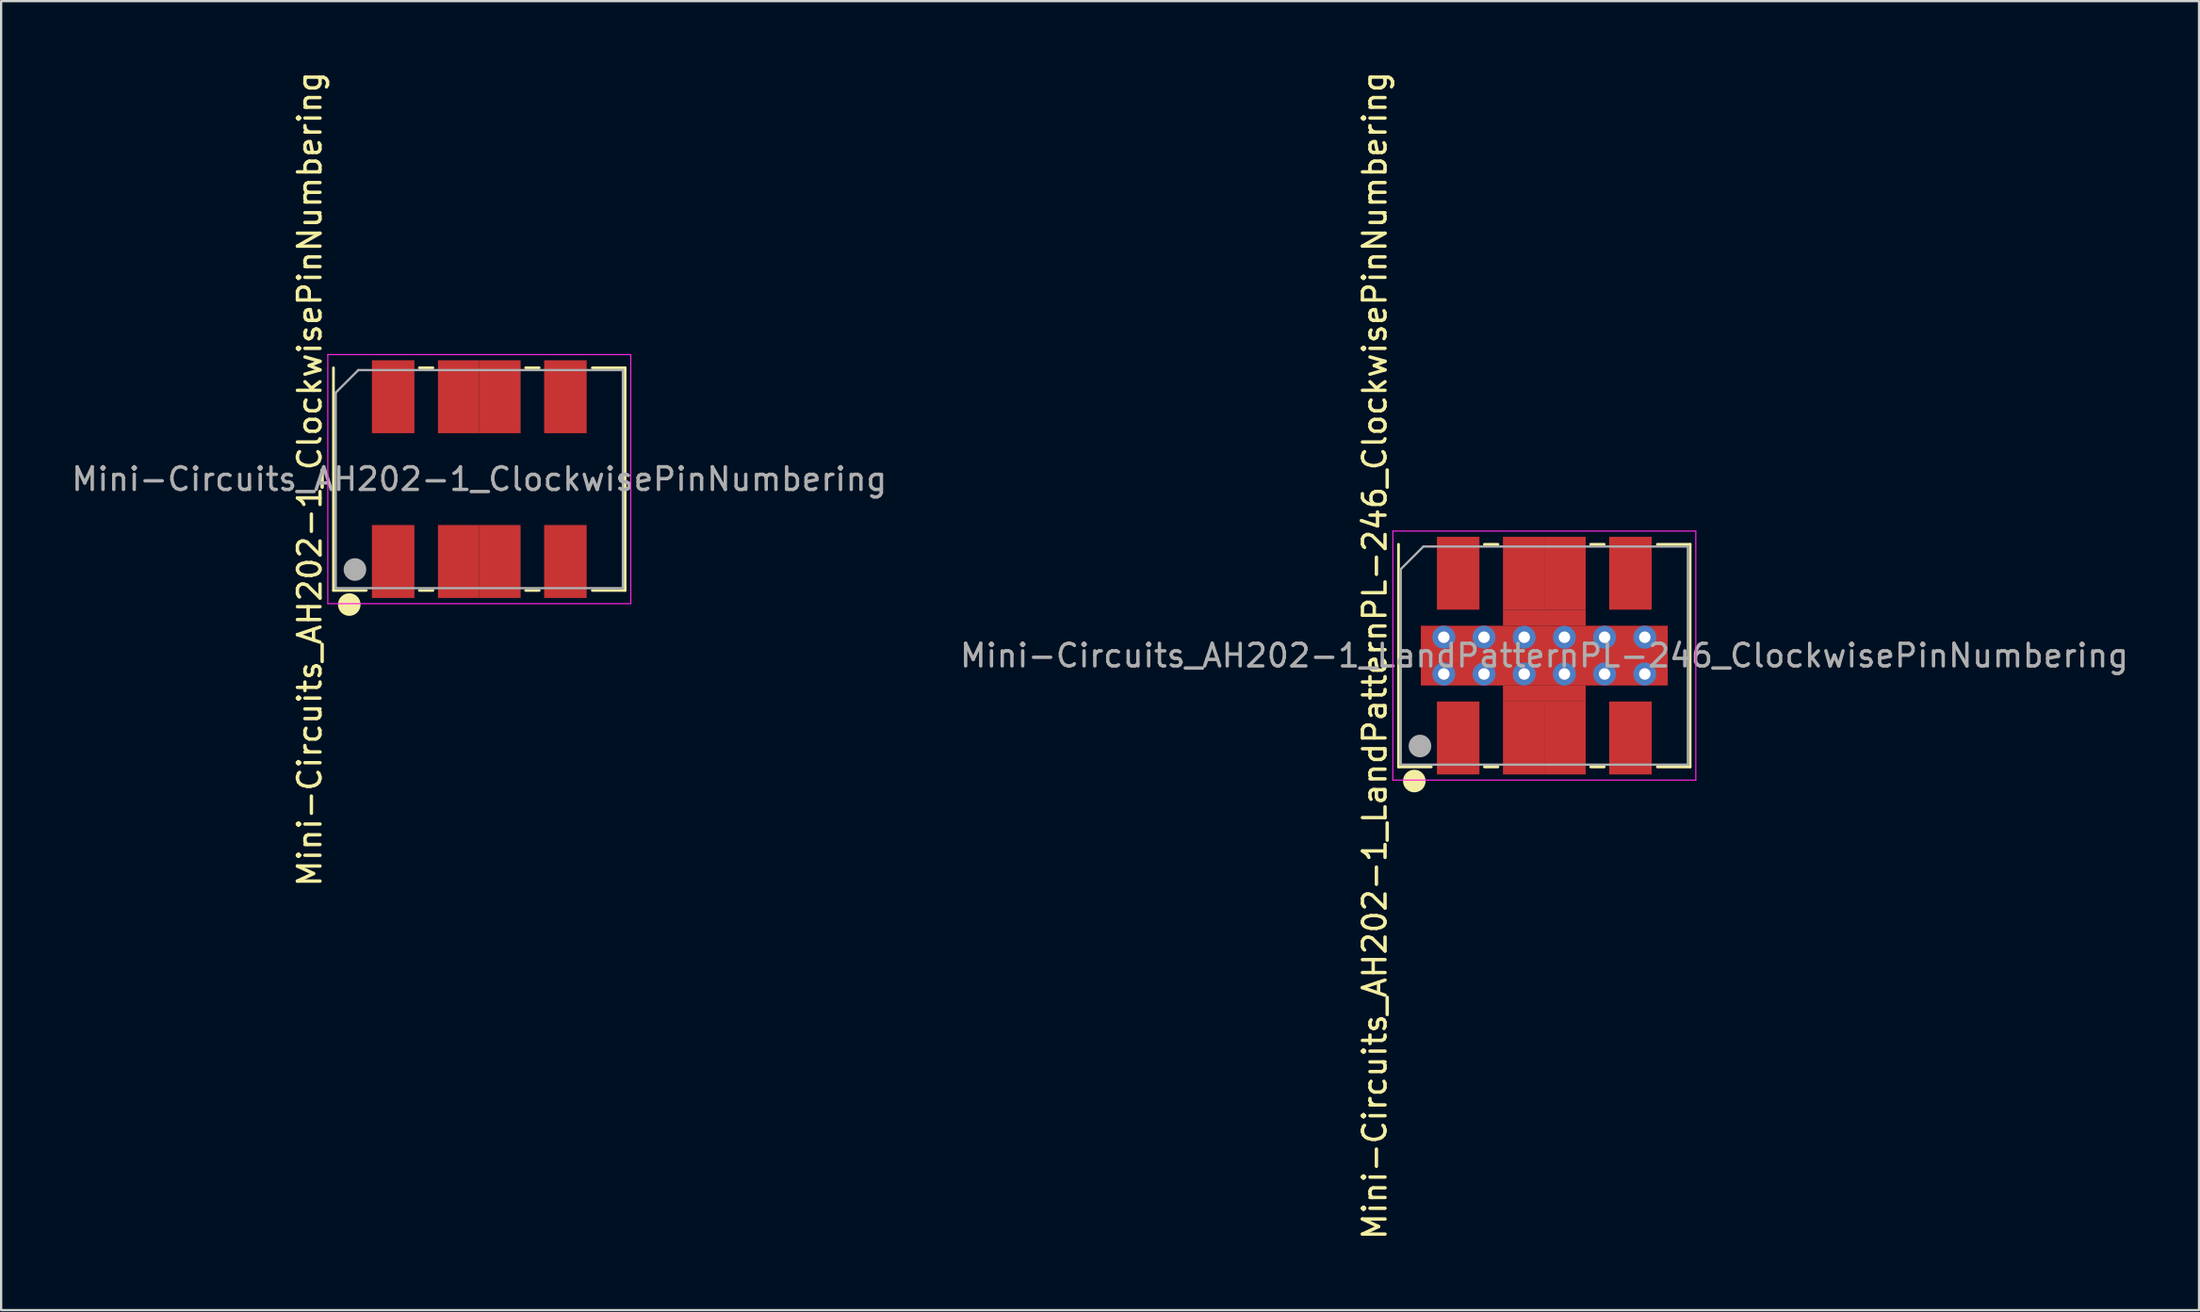
<source format=kicad_pcb>
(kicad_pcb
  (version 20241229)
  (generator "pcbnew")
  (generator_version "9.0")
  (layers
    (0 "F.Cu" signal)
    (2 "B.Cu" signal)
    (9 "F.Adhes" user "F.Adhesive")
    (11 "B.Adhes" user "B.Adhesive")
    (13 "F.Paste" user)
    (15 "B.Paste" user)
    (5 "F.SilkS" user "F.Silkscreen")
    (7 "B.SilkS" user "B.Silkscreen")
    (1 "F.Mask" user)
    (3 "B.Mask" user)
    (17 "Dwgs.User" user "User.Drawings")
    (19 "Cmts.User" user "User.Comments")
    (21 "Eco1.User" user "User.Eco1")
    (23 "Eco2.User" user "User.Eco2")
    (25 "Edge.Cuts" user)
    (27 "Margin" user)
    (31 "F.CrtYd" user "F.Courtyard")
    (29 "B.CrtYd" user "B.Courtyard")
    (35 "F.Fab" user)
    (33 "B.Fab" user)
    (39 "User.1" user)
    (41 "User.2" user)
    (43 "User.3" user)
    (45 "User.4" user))
  (footprint "Mini-Circuits_AH202-1_ClockwisePinNumbering"
    (layer "F.Cu")
    (at 18.149 18.149)
    (property "Reference" "Mini-Circuits_AH202-1_ClockwisePinNumbering" (at -7.5 0 90) (layer "F.SilkS") (effects (font (size 1 1) (thickness 0.15))))
    (attr smd)
    (fp_line (start -6.45 -4.925) (end -6.45 4.925) (stroke (width 0.12) (type solid)) (layer "F.SilkS"))
    (fp_line (start -6.45 4.925) (end -5 4.925) (stroke (width 0.12) (type solid)) (layer "F.SilkS"))
    (fp_line (start -2.65 -4.925) (end -2.05 -4.925) (stroke (width 0.12) (type solid)) (layer "F.SilkS"))
    (fp_line (start -2.65 4.925) (end -2.05 4.925) (stroke (width 0.12) (type solid)) (layer "F.SilkS"))
    (fp_line (start 2.65 -4.925) (end 2.05 -4.925) (stroke (width 0.12) (type solid)) (layer "F.SilkS"))
    (fp_line (start 2.65 4.925) (end 2.05 4.925) (stroke (width 0.12) (type solid)) (layer "F.SilkS"))
    (fp_line (start 6.45 -4.925) (end 5 -4.925) (stroke (width 0.12) (type solid)) (layer "F.SilkS"))
    (fp_line (start 6.45 4.925) (end 5 4.925) (stroke (width 0.12) (type solid)) (layer "F.SilkS"))
    (fp_line (start 6.45 4.925) (end 6.45 -4.925) (stroke (width 0.12) (type solid)) (layer "F.SilkS"))
    (fp_circle (center -5.75 5.55) (end -5.5 5.55) (stroke (width 0.5) (type solid)) (fill no) (layer "F.SilkS"))
    (fp_line (start -6.7 -5.51) (end -6.7 5.51) (stroke (width 0.05) (type solid)) (layer "F.CrtYd"))
    (fp_line (start -6.7 5.51) (end 6.7 5.51) (stroke (width 0.05) (type solid)) (layer "F.CrtYd"))
    (fp_line (start 6.7 -5.51) (end -6.7 -5.51) (stroke (width 0.05) (type solid)) (layer "F.CrtYd"))
    (fp_line (start 6.7 5.51) (end 6.7 -5.51) (stroke (width 0.05) (type solid)) (layer "F.CrtYd"))
    (fp_line (start -6.35 -3.825) (end -5.35 -4.825) (stroke (width 0.1) (type solid)) (layer "F.Fab"))
    (fp_line (start -6.35 4.825) (end -6.35 -3.825) (stroke (width 0.1) (type solid)) (layer "F.Fab"))
    (fp_line (start -5.35 -4.825) (end 6.35 -4.825) (stroke (width 0.1) (type solid)) (layer "F.Fab"))
    (fp_line (start 6.35 -4.825) (end 6.35 4.825) (stroke (width 0.1) (type solid)) (layer "F.Fab"))
    (fp_line (start 6.35 4.825) (end -6.35 4.825) (stroke (width 0.1) (type solid)) (layer "F.Fab"))
    (fp_circle (center -5.5 4) (end -5.25 4) (stroke (width 0.5) (type solid)) (fill no) (layer "F.Fab"))
    (fp_text user "${REFERENCE}" (at 0 0 0) (layer "F.Fab") (effects (font (size 1 1) (thickness 0.15))))
    (pad "1" smd rect (at -3.81 -3.645) (size 1.88 3.226) (layers "F.Cu" "F.Mask" "F.Paste"))
    (pad "2" smd rect (at -0.914 -3.645) (size 1.829 3.226) (layers "F.Cu" "F.Mask" "F.Paste"))
    (pad "3" smd rect (at 0.914 -3.645) (size 1.829 3.226) (layers "F.Cu" "F.Mask" "F.Paste"))
    (pad "4" smd rect (at 3.81 -3.645) (size 1.88 3.226) (layers "F.Cu" "F.Mask" "F.Paste"))
    (pad "5" smd rect (at 3.81 3.645) (size 1.88 3.226) (layers "F.Cu" "F.Mask" "F.Paste"))
    (pad "6" smd rect (at 0.914 3.645) (size 1.829 3.226) (layers "F.Cu" "F.Mask" "F.Paste"))
    (pad "7" smd rect (at -0.914 3.645) (size 1.829 3.226) (layers "F.Cu" "F.Mask" "F.Paste"))
    (pad "8" smd rect (at -3.81 3.645) (size 1.88 3.226) (layers "F.Cu" "F.Mask" "F.Paste")))
  (footprint "Mini-Circuits_AH202-1_LandPatternPL-246_ClockwisePinNumbering"
    (layer "F.Cu")
    (at 65.256 25.958)
    (property "Reference" "Mini-Circuits_AH202-1_LandPatternPL-246_ClockwisePinNumbering" (at -7.5 0 90) (layer "F.SilkS") (effects (font (size 1 1) (thickness 0.15))))
    (attr smd)
    (fp_line (start -6.45 -4.925) (end -6.45 4.925) (stroke (width 0.12) (type solid)) (layer "F.SilkS"))
    (fp_line (start -6.45 4.925) (end -5 4.925) (stroke (width 0.12) (type solid)) (layer "F.SilkS"))
    (fp_line (start -2.65 -4.925) (end -2.05 -4.925) (stroke (width 0.12) (type solid)) (layer "F.SilkS"))
    (fp_line (start -2.65 4.925) (end -2.05 4.925) (stroke (width 0.12) (type solid)) (layer "F.SilkS"))
    (fp_line (start 2.65 -4.925) (end 2.05 -4.925) (stroke (width 0.12) (type solid)) (layer "F.SilkS"))
    (fp_line (start 2.65 4.925) (end 2.05 4.925) (stroke (width 0.12) (type solid)) (layer "F.SilkS"))
    (fp_line (start 6.45 -4.925) (end 5 -4.925) (stroke (width 0.12) (type solid)) (layer "F.SilkS"))
    (fp_line (start 6.45 4.925) (end 5 4.925) (stroke (width 0.12) (type solid)) (layer "F.SilkS"))
    (fp_line (start 6.45 4.925) (end 6.45 -4.925) (stroke (width 0.12) (type solid)) (layer "F.SilkS"))
    (fp_circle (center -5.75 5.55) (end -5.5 5.55) (stroke (width 0.5) (type solid)) (fill no) (layer "F.SilkS"))
    (fp_line (start -6.7 -5.51) (end -6.7 5.51) (stroke (width 0.05) (type solid)) (layer "F.CrtYd"))
    (fp_line (start -6.7 5.51) (end 6.7 5.51) (stroke (width 0.05) (type solid)) (layer "F.CrtYd"))
    (fp_line (start 6.7 -5.51) (end -6.7 -5.51) (stroke (width 0.05) (type solid)) (layer "F.CrtYd"))
    (fp_line (start 6.7 5.51) (end 6.7 -5.51) (stroke (width 0.05) (type solid)) (layer "F.CrtYd"))
    (fp_line (start -6.35 -3.825) (end -5.35 -4.825) (stroke (width 0.1) (type solid)) (layer "F.Fab"))
    (fp_line (start -6.35 4.825) (end -6.35 -3.825) (stroke (width 0.1) (type solid)) (layer "F.Fab"))
    (fp_line (start -5.35 -4.825) (end 6.35 -4.825) (stroke (width 0.1) (type solid)) (layer "F.Fab"))
    (fp_line (start 6.35 -4.825) (end 6.35 4.825) (stroke (width 0.1) (type solid)) (layer "F.Fab"))
    (fp_line (start 6.35 4.825) (end -6.35 4.825) (stroke (width 0.1) (type solid)) (layer "F.Fab"))
    (fp_circle (center -5.5 4) (end -5.25 4) (stroke (width 0.5) (type solid)) (fill no) (layer "F.Fab"))
    (fp_text user "${REFERENCE}" (at 0 0 0) (layer "F.Fab") (effects (font (size 1 1) (thickness 0.15))))
    (pad "" smd rect (at -5.334 0) (size 0.635 2.54) (drill (offset 0.318 0)) (layers "F.Paste"))
    (pad "" smd rect (at -3.556 0) (size 1.27 2.54) (layers "F.Paste"))
    (pad "" smd rect (at -1.778 0) (size 1.27 2.54) (layers "F.Paste"))
    (pad "" smd rect (at -0.914 -4.445) (size 1.524 1.524) (layers "F.Paste"))
    (pad "" smd rect (at -0.914 -2.477) (size 1.524 1.524) (layers "F.Paste"))
    (pad "" smd rect (at -0.914 2.477 180) (size 1.524 1.524) (layers "F.Paste"))
    (pad "" smd rect (at -0.914 4.445 180) (size 1.524 1.524) (layers "F.Paste"))
    (pad "" smd rect (at 0 0) (size 1.27 2.54) (layers "F.Paste"))
    (pad "" smd rect (at 0.914 -4.445) (size 1.524 1.524) (layers "F.Paste"))
    (pad "" smd rect (at 0.914 -2.477) (size 1.524 1.524) (layers "F.Paste"))
    (pad "" smd rect (at 0.914 2.477 180) (size 1.524 1.524) (layers "F.Paste"))
    (pad "" smd rect (at 0.914 4.445 180) (size 1.524 1.524) (layers "F.Paste"))
    (pad "" smd rect (at 1.778 0) (size 1.27 2.54) (layers "F.Paste"))
    (pad "" smd rect (at 3.556 0) (size 1.27 2.54) (layers "F.Paste"))
    (pad "" smd rect (at 5.334 0) (size 0.635 2.54) (drill (offset -0.318 0)) (layers "F.Paste"))
    (pad "1" smd rect (at -3.81 -3.645) (size 1.88 3.226) (layers "F.Cu" "F.Mask" "F.Paste"))
    (pad "2" thru_hole circle (at -4.445 -0.813) (size 1.016 1.016) (drill 0.508) (layers "*.Cu" "*.Mask"))
    (pad "2" thru_hole circle (at -4.445 0.813) (size 1.016 1.016) (drill 0.508) (layers "*.Cu" "*.Mask"))
    (pad "2" thru_hole circle (at -2.667 -0.813) (size 1.016 1.016) (drill 0.508) (layers "*.Cu" "*.Mask"))
    (pad "2" thru_hole circle (at -2.667 0.813) (size 1.016 1.016) (drill 0.508) (layers "*.Cu" "*.Mask"))
    (pad "2" smd rect (at -0.914 -3.645) (size 1.829 3.226) (layers "F.Cu" "F.Mask"))
    (pad "2" thru_hole circle (at -0.889 -0.813) (size 1.016 1.016) (drill 0.508) (layers "*.Cu" "*.Mask"))
    (pad "2" thru_hole circle (at -0.889 0.813) (size 1.016 1.016) (drill 0.508) (layers "*.Cu" "*.Mask"))
    (pad "2" smd rect (at 0 -1.676) (size 3.658 0.711) (layers "F.Cu" "F.Mask"))
    (pad "2" smd rect (at 0 0) (size 10.922 2.642) (layers "F.Cu" "F.Mask"))
    (pad "2" smd rect (at 0 1.676) (size 3.658 0.711) (layers "F.Cu" "F.Mask"))
    (pad "2" thru_hole circle (at 0.889 -0.813) (size 1.016 1.016) (drill 0.508) (layers "*.Cu" "*.Mask"))
    (pad "2" thru_hole circle (at 0.889 0.813) (size 1.016 1.016) (drill 0.508) (layers "*.Cu" "*.Mask"))
    (pad "2" thru_hole circle (at 2.667 -0.813) (size 1.016 1.016) (drill 0.508) (layers "*.Cu" "*.Mask"))
    (pad "2" thru_hole circle (at 2.667 0.813) (size 1.016 1.016) (drill 0.508) (layers "*.Cu" "*.Mask"))
    (pad "2" thru_hole circle (at 4.445 -0.813) (size 1.016 1.016) (drill 0.508) (layers "*.Cu" "*.Mask"))
    (pad "2" thru_hole circle (at 4.445 0.813) (size 1.016 1.016) (drill 0.508) (layers "*.Cu" "*.Mask"))
    (pad "3" smd rect (at 0.914 -3.645) (size 1.829 3.226) (layers "F.Cu" "F.Mask"))
    (pad "4" smd rect (at 3.81 -3.645) (size 1.88 3.226) (layers "F.Cu" "F.Mask" "F.Paste"))
    (pad "5" smd rect (at 3.81 3.645) (size 1.88 3.226) (layers "F.Cu" "F.Mask" "F.Paste"))
    (pad "6" smd rect (at 0.914 3.645) (size 1.829 3.226) (layers "F.Cu" "F.Mask"))
    (pad "7" smd rect (at -0.914 3.645) (size 1.829 3.226) (layers "F.Cu" "F.Mask"))
    (pad "8" smd rect (at -3.81 3.645) (size 1.88 3.226) (layers "F.Cu" "F.Mask" "F.Paste")))
  (gr_rect
    (start -3 -3)
    (end 94.214 54.917)
    (stroke (width 0.1) (type default))
    (fill no)
    (layer "Edge.Cuts")))
</source>
